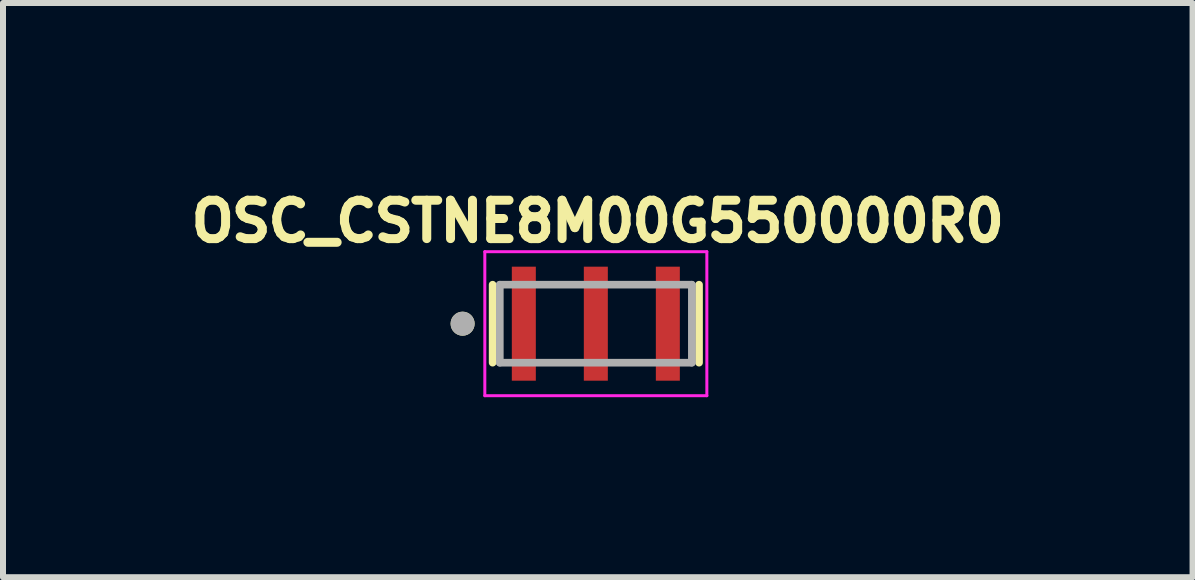
<source format=kicad_pcb>
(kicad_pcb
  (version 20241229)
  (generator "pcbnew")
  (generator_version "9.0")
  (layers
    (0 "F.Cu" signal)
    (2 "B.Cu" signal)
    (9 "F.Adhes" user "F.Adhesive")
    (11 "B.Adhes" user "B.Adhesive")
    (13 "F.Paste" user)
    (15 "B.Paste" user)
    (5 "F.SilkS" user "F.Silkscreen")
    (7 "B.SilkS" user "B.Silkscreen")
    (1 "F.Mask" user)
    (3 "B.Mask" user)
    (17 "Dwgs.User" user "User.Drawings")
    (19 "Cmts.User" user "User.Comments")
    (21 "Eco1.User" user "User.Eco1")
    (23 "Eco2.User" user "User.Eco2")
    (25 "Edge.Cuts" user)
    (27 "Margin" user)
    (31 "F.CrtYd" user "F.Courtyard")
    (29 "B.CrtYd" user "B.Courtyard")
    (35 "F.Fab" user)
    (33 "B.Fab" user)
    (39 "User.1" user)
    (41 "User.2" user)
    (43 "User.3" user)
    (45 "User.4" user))
  (footprint "OSC_CSTNE8M00G550000R0"
    (layer "F.Cu")
    (at 6.879 2.344)
    (property "Reference" "OSC_CSTNE8M00G550000R0" (at 0.032 -1.706 0) (layer "F.SilkS") (effects (font (size 0.64 0.64) (thickness 0.15))))
    (attr smd)
    (fp_line (start -1.72 -0.65) (end -1.72 0.65) (stroke (width 0.127) (type solid)) (layer "F.SilkS"))
    (fp_line (start 1.72 -0.65) (end 1.72 0.65) (stroke (width 0.127) (type solid)) (layer "F.SilkS"))
    (fp_circle (center -2.22 0) (end -2.12 0) (stroke (width 0.2) (type solid)) (fill no) (layer "F.SilkS"))
    (fp_line (start -1.85 -1.2) (end 1.85 -1.2) (stroke (width 0.05) (type solid)) (layer "F.CrtYd"))
    (fp_line (start -1.85 1.2) (end -1.85 -1.2) (stroke (width 0.05) (type solid)) (layer "F.CrtYd"))
    (fp_line (start 1.85 -1.2) (end 1.85 1.2) (stroke (width 0.05) (type solid)) (layer "F.CrtYd"))
    (fp_line (start 1.85 1.2) (end -1.85 1.2) (stroke (width 0.05) (type solid)) (layer "F.CrtYd"))
    (fp_line (start -1.6 -0.65) (end -1.6 0.65) (stroke (width 0.127) (type solid)) (layer "F.Fab"))
    (fp_line (start -1.6 -0.65) (end 1.6 -0.65) (stroke (width 0.127) (type solid)) (layer "F.Fab"))
    (fp_line (start 1.6 -0.65) (end 1.6 0.65) (stroke (width 0.127) (type solid)) (layer "F.Fab"))
    (fp_line (start 1.6 0.65) (end -1.6 0.65) (stroke (width 0.127) (type solid)) (layer "F.Fab"))
    (fp_circle (center -2.22 0) (end -2.12 0) (stroke (width 0.2) (type solid)) (fill no) (layer "F.Fab"))
    (pad "1" smd rect (at -1.2 0) (size 0.4 1.9) (layers "F.Cu" "F.Mask" "F.Paste"))
    (pad "2" smd rect (at 0 0) (size 0.4 1.9) (layers "F.Cu" "F.Mask" "F.Paste"))
    (pad "3" smd rect (at 1.2 0) (size 0.4 1.9) (layers "F.Cu" "F.Mask" "F.Paste")))
  (gr_rect
    (start -3 -3)
    (end 16.823 6.569)
    (stroke (width 0.1) (type default))
    (fill no)
    (layer "Edge.Cuts")))
</source>
